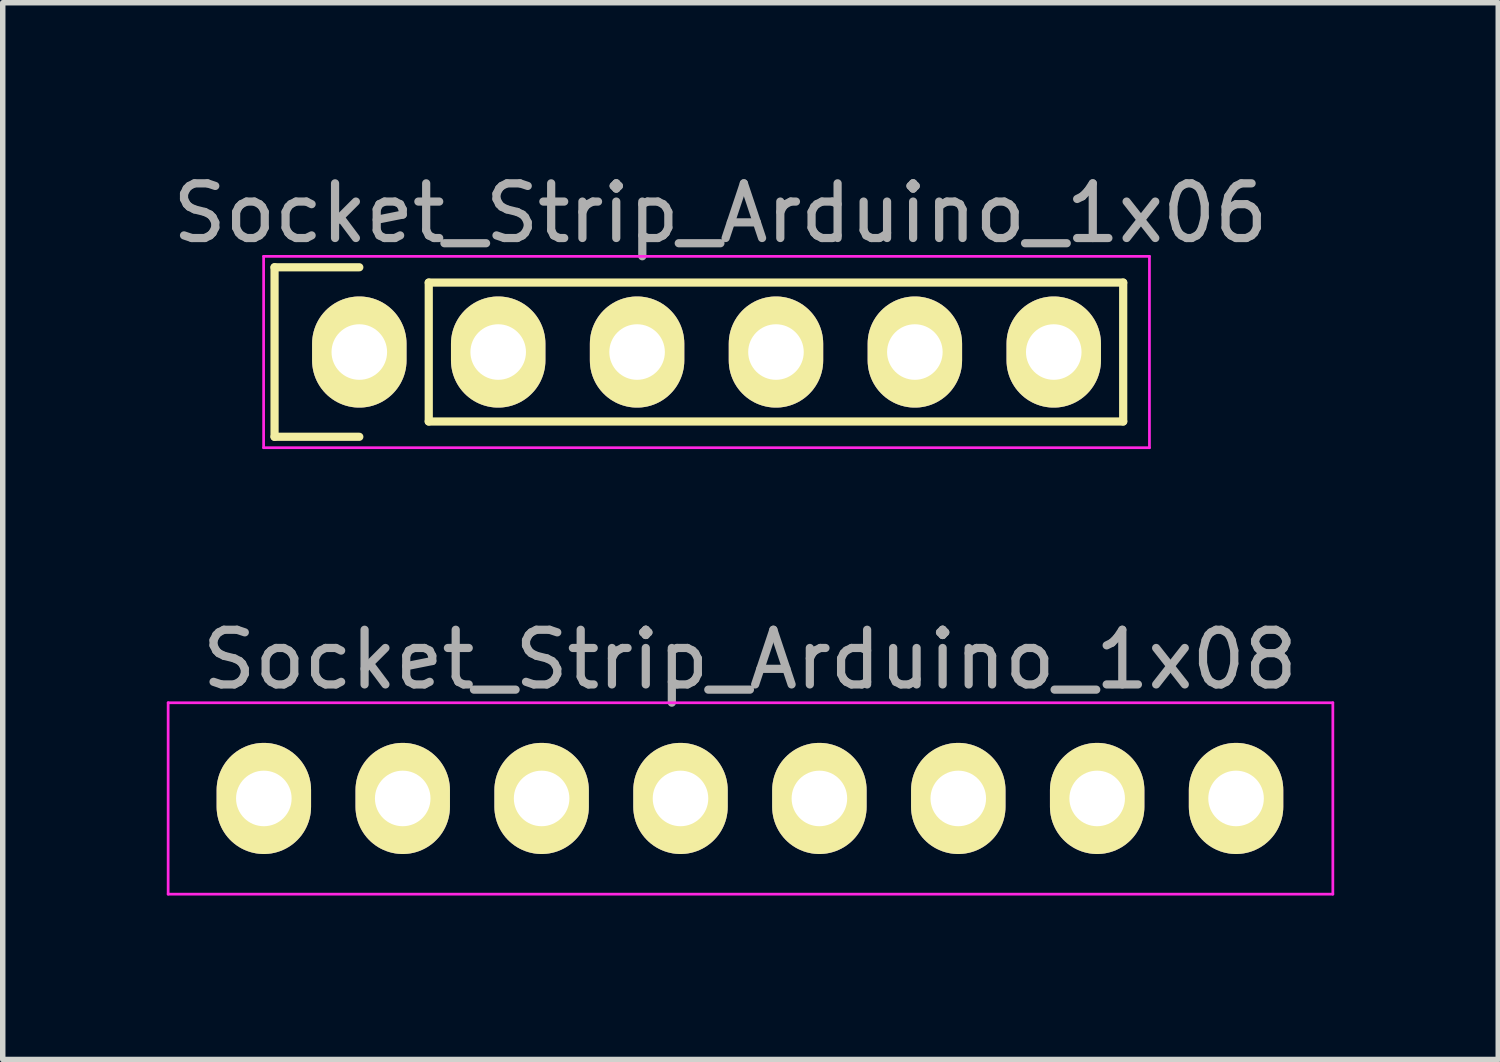
<source format=kicad_pcb>
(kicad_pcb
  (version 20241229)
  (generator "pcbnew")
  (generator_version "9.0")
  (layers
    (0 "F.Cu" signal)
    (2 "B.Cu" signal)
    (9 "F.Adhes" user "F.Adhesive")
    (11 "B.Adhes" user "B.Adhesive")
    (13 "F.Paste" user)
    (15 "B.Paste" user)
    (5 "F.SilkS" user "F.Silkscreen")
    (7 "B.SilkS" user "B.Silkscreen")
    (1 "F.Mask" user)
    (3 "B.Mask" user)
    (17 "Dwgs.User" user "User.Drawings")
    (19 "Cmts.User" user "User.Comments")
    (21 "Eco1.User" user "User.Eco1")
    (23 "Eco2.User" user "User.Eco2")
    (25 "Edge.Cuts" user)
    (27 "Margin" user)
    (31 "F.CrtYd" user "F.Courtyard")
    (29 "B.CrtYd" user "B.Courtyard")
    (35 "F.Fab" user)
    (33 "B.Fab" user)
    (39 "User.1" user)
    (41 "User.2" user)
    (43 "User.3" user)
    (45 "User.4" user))
  (footprint "Socket_Strip_Arduino_1x06"
    (layer "F.Cu")
    (at 3.521 3.388)
    (property "Reference" "Socket_Strip_Arduino_1x06" (at 6.604 -2.54 0) (layer "F.Fab") (effects (font (size 1 1) (thickness 0.15))))
    (attr through_hole)
    (fp_line (start -1.55 -1.55) (end -1.55 1.55) (stroke (width 0.15) (type solid)) (layer "F.SilkS"))
    (fp_line (start -1.55 1.55) (end 0 1.55) (stroke (width 0.15) (type solid)) (layer "F.SilkS"))
    (fp_line (start 0 -1.55) (end -1.55 -1.55) (stroke (width 0.15) (type solid)) (layer "F.SilkS"))
    (fp_line (start 1.27 1.27) (end 1.27 -1.27) (stroke (width 0.15) (type solid)) (layer "F.SilkS"))
    (fp_line (start 1.27 1.27) (end 13.97 1.27) (stroke (width 0.15) (type solid)) (layer "F.SilkS"))
    (fp_line (start 13.97 -1.27) (end 1.27 -1.27) (stroke (width 0.15) (type solid)) (layer "F.SilkS"))
    (fp_line (start 13.97 1.27) (end 13.97 -1.27) (stroke (width 0.15) (type solid)) (layer "F.SilkS"))
    (fp_line (start -1.75 -1.75) (end -1.75 1.75) (stroke (width 0.05) (type solid)) (layer "F.CrtYd"))
    (fp_line (start -1.75 -1.75) (end 14.45 -1.75) (stroke (width 0.05) (type solid)) (layer "F.CrtYd"))
    (fp_line (start -1.75 1.75) (end 14.45 1.75) (stroke (width 0.05) (type solid)) (layer "F.CrtYd"))
    (fp_line (start 14.45 -1.75) (end 14.45 1.75) (stroke (width 0.05) (type solid)) (layer "F.CrtYd"))
    (pad "1" thru_hole oval (at 0 0) (size 1.727 2.032) (drill 1.016) (layers "*.Cu" "*.Mask" "F.SilkS"))
    (pad "2" thru_hole oval (at 2.54 0) (size 1.727 2.032) (drill 1.016) (layers "*.Cu" "*.Mask" "F.SilkS"))
    (pad "3" thru_hole oval (at 5.08 0) (size 1.727 2.032) (drill 1.016) (layers "*.Cu" "*.Mask" "F.SilkS"))
    (pad "4" thru_hole oval (at 7.62 0) (size 1.727 2.032) (drill 1.016) (layers "*.Cu" "*.Mask" "F.SilkS"))
    (pad "5" thru_hole oval (at 10.16 0) (size 1.727 2.032) (drill 1.016) (layers "*.Cu" "*.Mask" "F.SilkS"))
    (pad "6" thru_hole oval (at 12.7 0) (size 1.727 2.032) (drill 1.016) (layers "*.Cu" "*.Mask" "F.SilkS")))
  (footprint "Socket_Strip_Arduino_1x08"
    (layer "F.Cu")
    (at 1.775 11.552)
    (property "Reference" "Socket_Strip_Arduino_1x08" (at 8.89 -2.54 0) (layer "F.Fab") (effects (font (size 1 1) (thickness 0.15))))
    (attr through_hole)
    (fp_line (start -1.75 -1.75) (end -1.75 1.75) (stroke (width 0.05) (type solid)) (layer "F.CrtYd"))
    (fp_line (start -1.75 -1.75) (end 19.55 -1.75) (stroke (width 0.05) (type solid)) (layer "F.CrtYd"))
    (fp_line (start -1.75 1.75) (end 19.55 1.75) (stroke (width 0.05) (type solid)) (layer "F.CrtYd"))
    (fp_line (start 19.55 -1.75) (end 19.55 1.75) (stroke (width 0.05) (type solid)) (layer "F.CrtYd"))
    (pad "1" thru_hole oval (at 0 0) (size 1.727 2.032) (drill 1.016) (layers "*.Cu" "*.Mask" "F.SilkS"))
    (pad "2" thru_hole oval (at 2.54 0) (size 1.727 2.032) (drill 1.016) (layers "*.Cu" "*.Mask" "F.SilkS"))
    (pad "3" thru_hole oval (at 5.08 0) (size 1.727 2.032) (drill 1.016) (layers "*.Cu" "*.Mask" "F.SilkS"))
    (pad "4" thru_hole oval (at 7.62 0) (size 1.727 2.032) (drill 1.016) (layers "*.Cu" "*.Mask" "F.SilkS"))
    (pad "5" thru_hole oval (at 10.16 0) (size 1.727 2.032) (drill 1.016) (layers "*.Cu" "*.Mask" "F.SilkS"))
    (pad "6" thru_hole oval (at 12.7 0) (size 1.727 2.032) (drill 1.016) (layers "*.Cu" "*.Mask" "F.SilkS"))
    (pad "7" thru_hole oval (at 15.24 0) (size 1.727 2.032) (drill 1.016) (layers "*.Cu" "*.Mask" "F.SilkS"))
    (pad "8" thru_hole oval (at 17.78 0) (size 1.727 2.032) (drill 1.016) (layers "*.Cu" "*.Mask" "F.SilkS")))
  (gr_rect
    (start -3 -3)
    (end 24.35 16.326)
    (stroke (width 0.1) (type default))
    (fill no)
    (layer "Edge.Cuts")))
</source>
